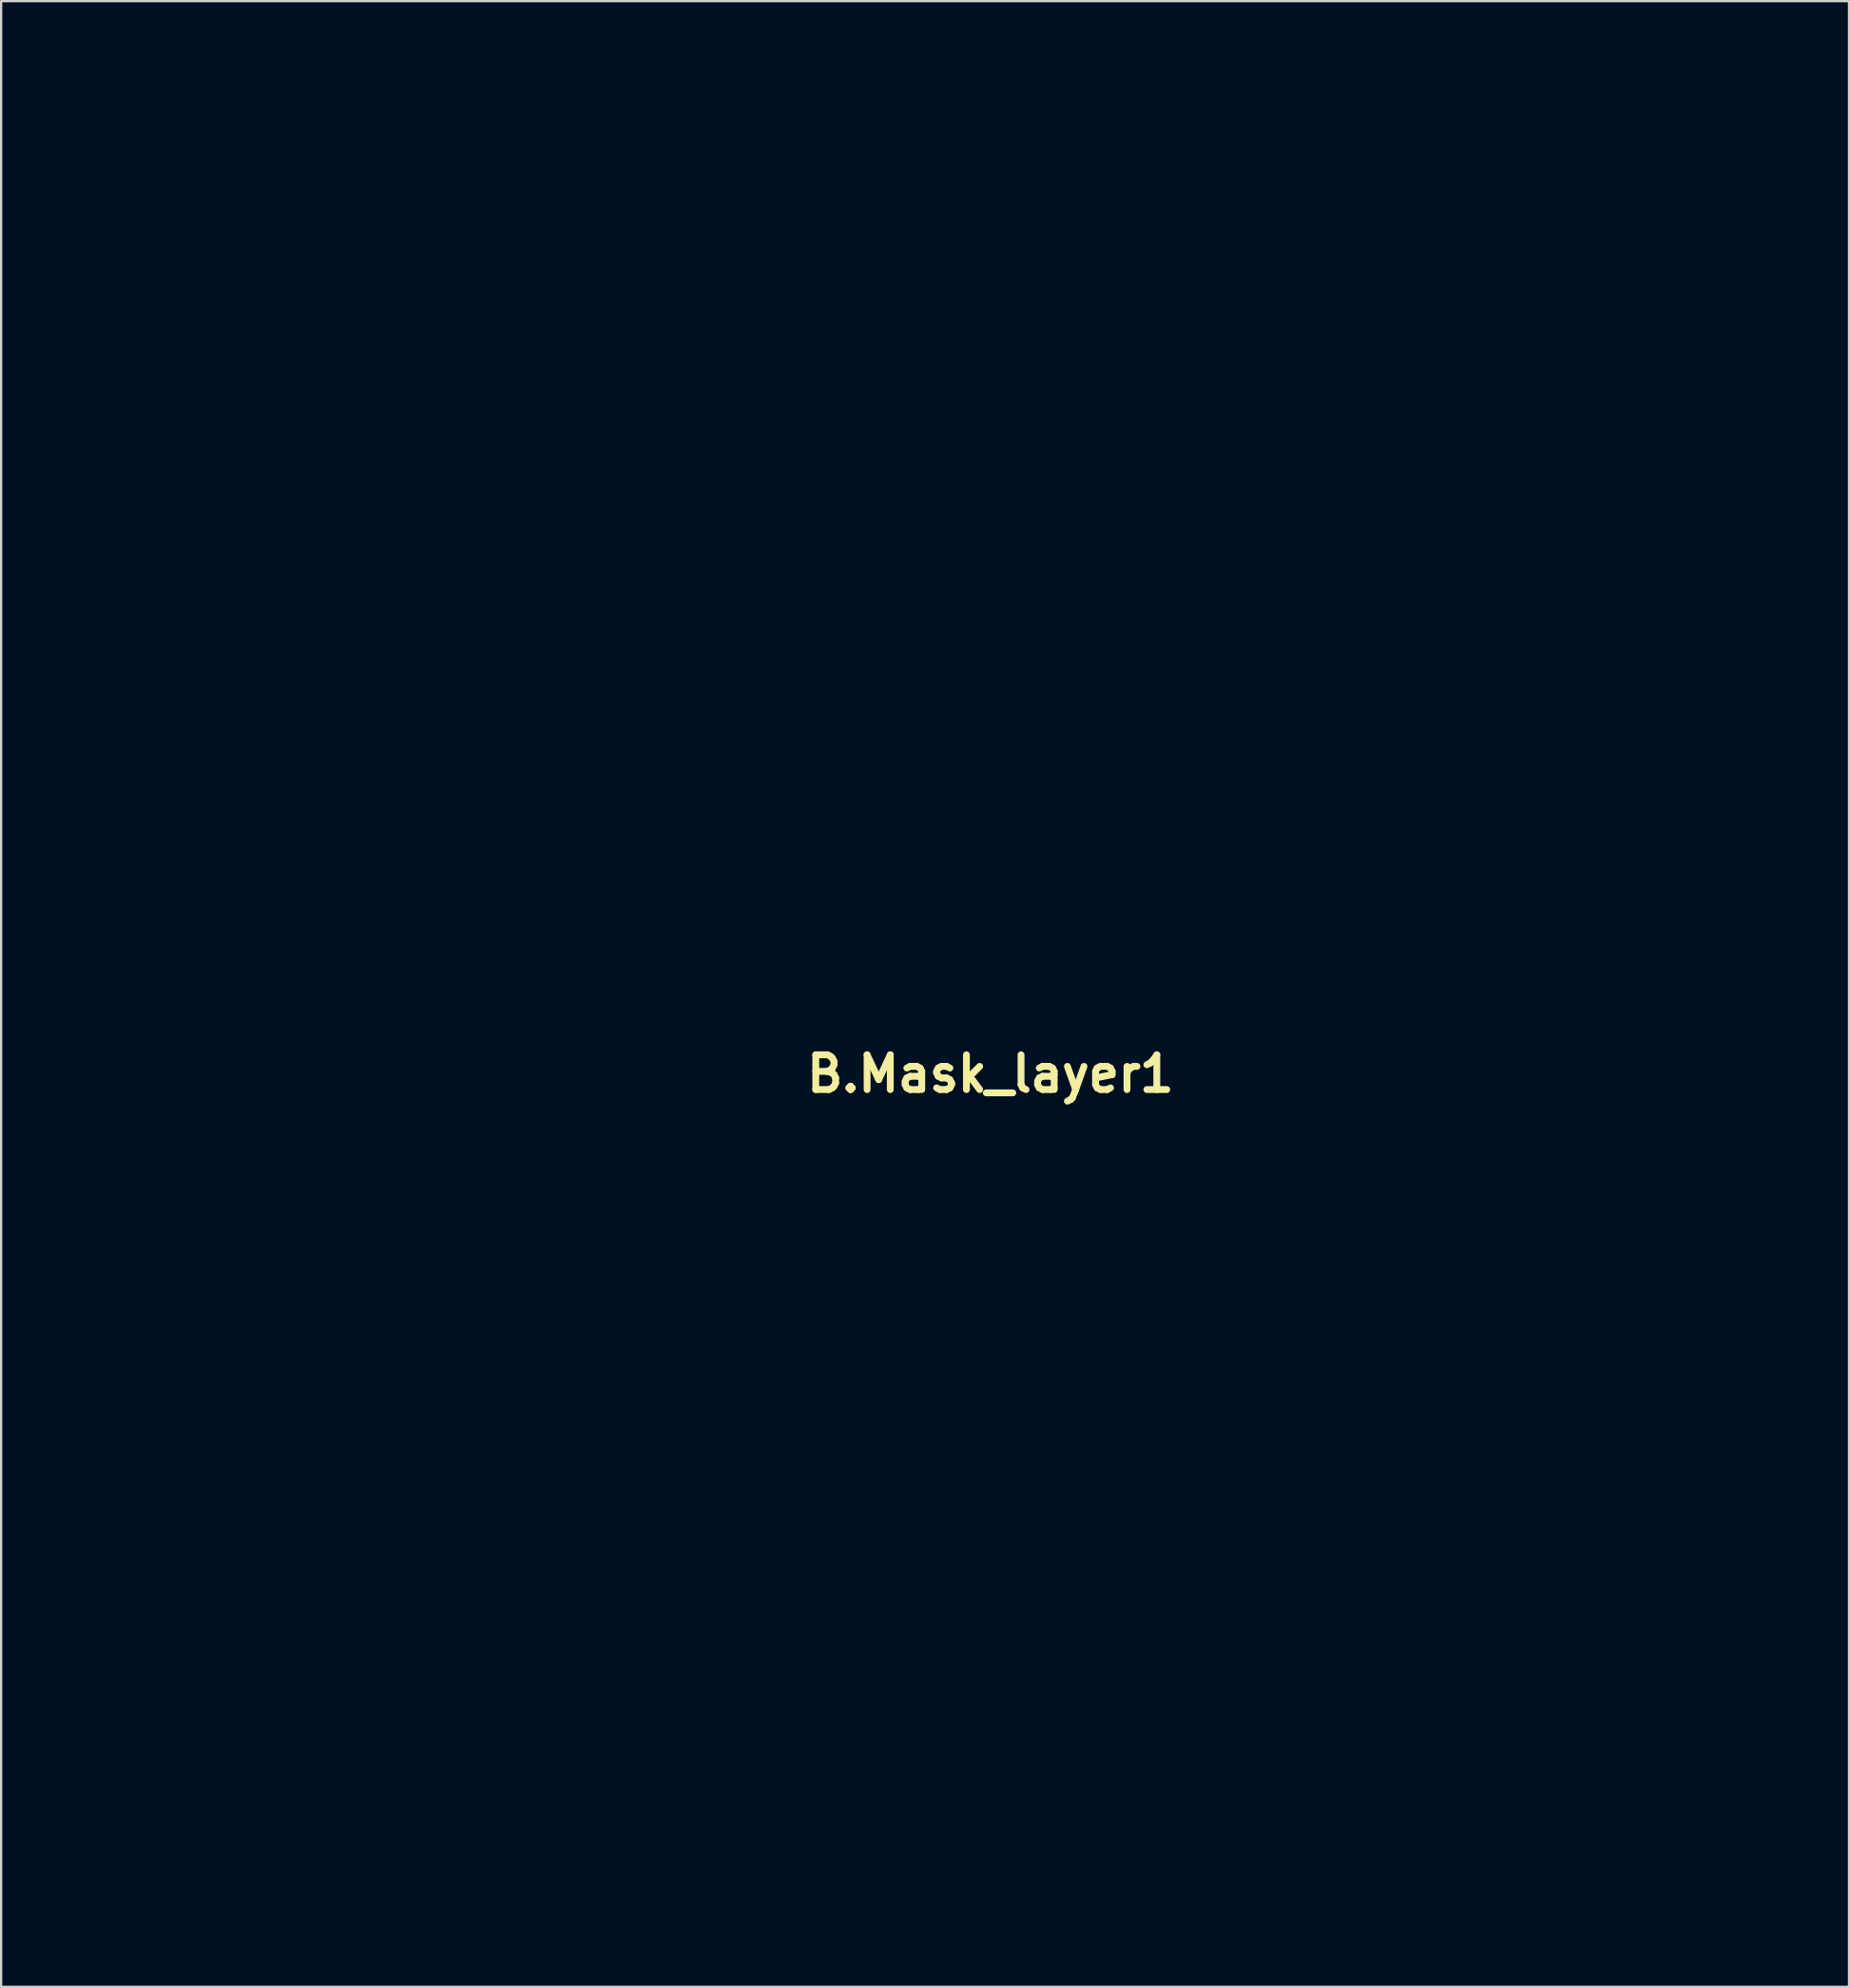
<source format=kicad_pcb>
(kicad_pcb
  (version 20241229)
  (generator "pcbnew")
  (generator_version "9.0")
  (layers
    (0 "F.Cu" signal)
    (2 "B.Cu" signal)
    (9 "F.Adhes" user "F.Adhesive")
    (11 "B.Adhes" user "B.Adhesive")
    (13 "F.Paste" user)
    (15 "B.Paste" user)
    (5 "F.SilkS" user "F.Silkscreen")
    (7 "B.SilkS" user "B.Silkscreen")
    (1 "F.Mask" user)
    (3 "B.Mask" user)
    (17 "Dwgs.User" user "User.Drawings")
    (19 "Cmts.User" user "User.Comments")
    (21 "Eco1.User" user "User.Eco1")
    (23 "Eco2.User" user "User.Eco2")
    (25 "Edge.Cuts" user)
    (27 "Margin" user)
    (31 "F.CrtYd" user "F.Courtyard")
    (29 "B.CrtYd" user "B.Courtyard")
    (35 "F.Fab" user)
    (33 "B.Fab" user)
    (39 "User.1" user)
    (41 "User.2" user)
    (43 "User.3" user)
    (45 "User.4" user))
  (footprint "B.Mask_layer1"
    (layer "F.Cu")
    (at 40.37 44.022)
    (property "Reference" "B.Mask_layer1" (at 0 0 0) (layer "F.SilkS") (effects (font (size 1.524 1.524) (thickness 0.3))))
    (attr through_hole)
    (fp_poly (pts (xy -14.542 -44.01) (xy -13.761 -43.983) (xy -13.008 -43.938) (xy -12.658 -43.909) (xy -11.785 -43.815) (xy -10.943 -43.693) (xy -10.131 -43.541) (xy -9.349 -43.361) (xy -8.597 -43.151) (xy -7.876 -42.913) (xy -7.186 -42.647) (xy -6.526 -42.351) (xy -5.897 -42.027) (xy -5.298 -41.674) (xy -4.731 -41.293) (xy -4.195 -40.884) (xy -3.69 -40.446) (xy -3.216 -39.979) (xy -2.773 -39.484) (xy -2.487 -39.127) (xy -2.153 -38.665) (xy -1.841 -38.178) (xy -1.549 -37.663) (xy -1.275 -37.115) (xy -1.018 -36.533) (xy -0.917 -36.284) (xy -0.813 -36.014) (xy -0.7 -35.706) (xy -0.58 -35.365) (xy -0.452 -34.995) (xy -0.32 -34.598) (xy -0.184 -34.18) (xy -0.045 -33.744) (xy 0.096 -33.293) (xy 0.237 -32.832) (xy 0.378 -32.365) (xy 0.516 -31.894) (xy 0.651 -31.425) (xy 0.782 -30.961) (xy 0.855 -30.694) (xy 0.897 -30.545) (xy 0.935 -30.408) (xy 0.968 -30.291) (xy 0.995 -30.198) (xy 1.015 -30.134) (xy 1.025 -30.105) (xy 1.025 -30.104) (xy 1.034 -30.103) (xy 1.058 -30.103) (xy 1.098 -30.103) (xy 1.156 -30.104) (xy 1.232 -30.105) (xy 1.329 -30.108) (xy 1.445 -30.11) (xy 1.584 -30.114) (xy 1.745 -30.118) (xy 1.93 -30.123) (xy 2.14 -30.129) (xy 2.376 -30.136) (xy 2.639 -30.144) (xy 2.929 -30.152) (xy 3.249 -30.162) (xy 3.599 -30.172) (xy 3.98 -30.184) (xy 4.393 -30.196) (xy 4.839 -30.21) (xy 5.319 -30.224) (xy 5.835 -30.24) (xy 6.387 -30.257) (xy 6.977 -30.275) (xy 7.604 -30.294) (xy 8.272 -30.315) (xy 8.98 -30.337) (xy 9.525 -30.354) (xy 9.784 -30.362) (xy 10.05 -30.37) (xy 10.318 -30.378) (xy 10.58 -30.386) (xy 10.83 -30.394) (xy 11.062 -30.401) (xy 11.268 -30.408) (xy 11.443 -30.413) (xy 11.536 -30.416) (xy 11.673 -30.42) (xy 11.817 -30.425) (xy 11.971 -30.43) (xy 12.136 -30.435) (xy 12.316 -30.44) (xy 12.511 -30.447) (xy 12.726 -30.453) (xy 12.961 -30.46) (xy 13.219 -30.468) (xy 13.503 -30.477) (xy 13.814 -30.487) (xy 14.156 -30.497) (xy 14.53 -30.509) (xy 14.939 -30.521) (xy 15.384 -30.535) (xy 15.869 -30.55) (xy 16.034 -30.555) (xy 16.344 -30.564) (xy 16.673 -30.574) (xy 17.014 -30.585) (xy 17.359 -30.595) (xy 17.701 -30.606) (xy 18.034 -30.616) (xy 18.35 -30.626) (xy 18.643 -30.635) (xy 18.905 -30.643) (xy 19.066 -30.648) (xy 20.342 -30.688) (xy 26.866 -27.815) (xy 27.374 -27.591) (xy 27.874 -27.371) (xy 28.367 -27.154) (xy 28.85 -26.941) (xy 29.321 -26.734) (xy 29.779 -26.532) (xy 30.222 -26.337) (xy 30.649 -26.148) (xy 31.059 -25.968) (xy 31.449 -25.796) (xy 31.818 -25.634) (xy 32.164 -25.481) (xy 32.486 -25.34) (xy 32.782 -25.209) (xy 33.051 -25.091) (xy 33.291 -24.985) (xy 33.5 -24.893) (xy 33.677 -24.815) (xy 33.821 -24.752) (xy 33.928 -24.705) (xy 33.999 -24.673) (xy 34.004 -24.671) (xy 34.155 -24.605) (xy 34.293 -24.543) (xy 34.415 -24.489) (xy 34.514 -24.444) (xy 34.586 -24.411) (xy 34.627 -24.391) (xy 34.634 -24.386) (xy 34.632 -24.364) (xy 34.621 -24.303) (xy 34.602 -24.205) (xy 34.576 -24.073) (xy 34.543 -23.908) (xy 34.504 -23.714) (xy 34.458 -23.492) (xy 34.407 -23.245) (xy 34.352 -22.975) (xy 34.291 -22.685) (xy 34.227 -22.376) (xy 34.159 -22.052) (xy 34.088 -21.714) (xy 34.016 -21.377) (xy 33.986 -21.232) (xy 33.946 -21.047) (xy 33.899 -20.821) (xy 33.843 -20.558) (xy 33.779 -20.256) (xy 33.708 -19.918) (xy 33.629 -19.544) (xy 33.542 -19.135) (xy 33.448 -18.693) (xy 33.348 -18.217) (xy 33.24 -17.709) (xy 33.126 -17.17) (xy 33.006 -16.601) (xy 32.879 -16.002) (xy 32.747 -15.376) (xy 32.609 -14.722) (xy 32.465 -14.041) (xy 32.315 -13.335) (xy 32.161 -12.604) (xy 32.001 -11.85) (xy 31.837 -11.073) (xy 31.668 -10.274) (xy 31.495 -9.454) (xy 31.317 -8.615) (xy 31.135 -7.756) (xy 30.95 -6.88) (xy 30.761 -5.986) (xy 30.569 -5.076) (xy 30.373 -4.151) (xy 30.174 -3.212) (xy 29.973 -2.259) (xy 29.769 -1.294) (xy 29.562 -0.317) (xy 29.353 0.67) (xy 29.143 1.667) (xy 28.93 2.672) (xy 28.716 3.685) (xy 28.5 4.705) (xy 28.283 5.731) (xy 28.138 6.416) (xy 22.894 31.215) (xy 18.12 32.914) (xy 17.635 33.087) (xy 17.133 33.266) (xy 16.617 33.449) (xy 16.091 33.636) (xy 15.56 33.826) (xy 15.025 34.016) (xy 14.492 34.206) (xy 13.963 34.394) (xy 13.442 34.579) (xy 12.934 34.76) (xy 12.441 34.935) (xy 11.968 35.104) (xy 11.518 35.264) (xy 11.095 35.415) (xy 10.702 35.555) (xy 10.343 35.682) (xy 10.149 35.751) (xy 9.792 35.878) (xy 9.444 36.002) (xy 9.107 36.122) (xy 8.784 36.237) (xy 8.476 36.346) (xy 8.187 36.449) (xy 7.917 36.545) (xy 7.671 36.633) (xy 7.449 36.712) (xy 7.254 36.781) (xy 7.089 36.84) (xy 6.955 36.888) (xy 6.855 36.923) (xy 6.792 36.946) (xy 6.772 36.953) (xy 6.59 37.017) (xy 6.38 36.905) (xy 6.333 36.88) (xy 6.251 36.837) (xy 6.137 36.777) (xy 5.993 36.702) (xy 5.823 36.613) (xy 5.63 36.512) (xy 5.415 36.4) (xy 5.182 36.278) (xy 4.933 36.149) (xy 4.672 36.013) (xy 4.4 35.871) (xy 4.128 35.729) (xy 3.994 35.66) (xy 3.824 35.571) (xy 3.618 35.464) (xy 3.379 35.34) (xy 3.107 35.198) (xy 2.804 35.04) (xy 2.47 34.866) (xy 2.107 34.678) (xy 1.716 34.474) (xy 1.299 34.257) (xy 0.856 34.026) (xy 0.389 33.783) (xy -0.101 33.528) (xy -0.613 33.262) (xy -1.146 32.984) (xy -1.698 32.697) (xy -2.268 32.4) (xy -2.856 32.094) (xy -3.459 31.78) (xy -4.076 31.459) (xy -4.707 31.13) (xy -5.351 30.795) (xy -6.005 30.455) (xy -6.669 30.109) (xy -7.342 29.759) (xy -8.022 29.405) (xy -8.708 29.048) (xy -9.399 28.688) (xy -10.093 28.327) (xy -10.266 28.237) (xy -10.947 27.882) (xy -11.619 27.533) (xy -12.281 27.188) (xy -12.933 26.849) (xy -13.572 26.516) (xy -14.199 26.19) (xy -14.812 25.872) (xy -15.411 25.561) (xy -15.993 25.258) (xy -16.559 24.964) (xy -17.107 24.68) (xy -17.636 24.405) (xy -18.146 24.14) (xy -18.634 23.887) (xy -19.101 23.645) (xy -19.545 23.414) (xy -19.965 23.197) (xy -20.361 22.992) (xy -20.731 22.8) (xy -21.073 22.623) (xy -21.389 22.46) (xy -21.675 22.312) (xy -21.931 22.18) (xy -22.157 22.063) (xy -22.351 21.964) (xy -22.512 21.881) (xy -22.639 21.816) (xy -22.732 21.769) (xy -22.789 21.741) (xy -22.807 21.732) (xy -23.044 21.644) (xy -23.256 21.577) (xy -23.458 21.528) (xy -23.659 21.497) (xy -23.872 21.479) (xy -24.108 21.474) (xy -24.119 21.474) (xy -24.268 21.474) (xy -24.383 21.477) (xy -24.473 21.481) (xy -24.547 21.489) (xy -24.613 21.501) (xy -24.682 21.517) (xy -24.701 21.522) (xy -24.915 21.594) (xy -25.135 21.695) (xy -25.346 21.819) (xy -25.442 21.885) (xy -25.815 22.146) (xy -26.172 22.371) (xy -26.516 22.564) (xy -26.852 22.725) (xy -27.184 22.856) (xy -27.514 22.96) (xy -27.845 23.038) (xy -28.168 23.092) (xy -28.484 23.125) (xy -28.796 23.136) (xy -29.109 23.125) (xy -29.426 23.09) (xy -29.751 23.031) (xy -30.086 22.947) (xy -30.437 22.838) (xy -30.805 22.702) (xy -31.195 22.54) (xy -31.611 22.35) (xy -31.866 22.226) (xy -32.435 21.929) (xy -32.97 21.618) (xy -33.471 21.293) (xy -33.936 20.955) (xy -34.366 20.605) (xy -34.758 20.244) (xy -35.113 19.871) (xy -35.429 19.489) (xy -35.705 19.098) (xy -35.941 18.698) (xy -36.015 18.553) (xy -36.071 18.437) (xy -36.12 18.329) (xy -36.166 18.221) (xy -36.21 18.107) (xy -36.255 17.978) (xy -36.305 17.828) (xy -36.362 17.649) (xy -36.407 17.505) (xy -36.589 16.975) (xy -36.801 16.464) (xy -37.041 15.974) (xy -37.307 15.511) (xy -37.598 15.078) (xy -37.766 14.855) (xy -37.818 14.79) (xy -37.868 14.729) (xy -37.918 14.669) (xy -37.971 14.61) (xy -38.027 14.549) (xy -38.089 14.484) (xy -38.16 14.414) (xy -38.24 14.337) (xy -38.333 14.25) (xy -38.439 14.153) (xy -38.562 14.044) (xy -38.702 13.919) (xy -38.863 13.779) (xy -39.045 13.62) (xy -39.251 13.442) (xy -39.483 13.242) (xy -39.743 13.018) (xy -40.033 12.768) (xy -40.085 12.724) (xy -40.176 12.644) (xy -40.254 12.574) (xy -40.316 12.518) (xy -40.354 12.48) (xy -40.365 12.466) (xy -40.364 12.444) (xy -40.363 12.388) (xy -40.15 12.388) (xy -40.15 12.391) (xy -40.099 12.433) (xy -40.02 12.499) (xy -39.919 12.585) (xy -39.798 12.69) (xy -39.661 12.809) (xy -39.511 12.939) (xy -39.351 13.078) (xy -39.185 13.223) (xy -39.017 13.37) (xy -38.85 13.517) (xy -38.687 13.66) (xy -38.532 13.797) (xy -38.389 13.925) (xy -38.26 14.039) (xy -38.149 14.138) (xy -38.06 14.219) (xy -37.996 14.278) (xy -37.961 14.312) (xy -37.96 14.312) (xy -37.64 14.676) (xy -37.341 15.075) (xy -37.061 15.51) (xy -36.804 15.98) (xy -36.568 16.483) (xy -36.355 17.019) (xy -36.164 17.586) (xy -36.163 17.59) (xy -36.12 17.727) (xy -36.075 17.864) (xy -36.032 17.991) (xy -35.994 18.097) (xy -35.969 18.161) (xy -35.784 18.556) (xy -35.557 18.946) (xy -35.29 19.328) (xy -34.982 19.703) (xy -34.634 20.07) (xy -34.246 20.429) (xy -33.82 20.779) (xy -33.354 21.12) (xy -33.168 21.246) (xy -32.928 21.402) (xy -32.688 21.549) (xy -32.439 21.692) (xy -32.171 21.837) (xy -31.876 21.988) (xy -31.761 22.046) (xy -31.379 22.23) (xy -31.026 22.39) (xy -30.699 22.526) (xy -30.392 22.64) (xy -30.102 22.732) (xy -29.824 22.805) (xy -29.555 22.86) (xy -29.29 22.897) (xy -29.025 22.917) (xy -28.776 22.924) (xy -28.361 22.905) (xy -27.952 22.848) (xy -27.547 22.754) (xy -27.145 22.62) (xy -26.743 22.447) (xy -26.341 22.233) (xy -25.935 21.978) (xy -25.683 21.801) (xy -25.484 21.661) (xy -25.305 21.55) (xy -25.139 21.463) (xy -24.979 21.396) (xy -24.957 21.388) (xy -24.827 21.345) (xy -24.711 21.313) (xy -24.6 21.29) (xy -24.481 21.276) (xy -24.345 21.268) (xy -24.182 21.265) (xy -24.109 21.264) (xy -23.958 21.265) (xy -23.839 21.268) (xy -23.74 21.274) (xy -23.652 21.284) (xy -23.562 21.299) (xy -23.463 21.318) (xy -23.38 21.337) (xy -23.297 21.359) (xy -23.213 21.384) (xy -23.123 21.414) (xy -23.025 21.45) (xy -22.915 21.495) (xy -22.791 21.549) (xy -22.649 21.613) (xy -22.486 21.689) (xy -22.3 21.779) (xy -22.087 21.883) (xy -21.843 22.004) (xy -21.567 22.141) (xy -21.434 22.208) (xy -21.377 22.236) (xy -21.325 22.262) (xy -21.276 22.286) (xy -21.231 22.309) (xy -21.189 22.33) (xy -21.148 22.35) (xy -21.107 22.371) (xy -21.066 22.391) (xy -21.024 22.412) (xy -20.979 22.435) (xy -20.932 22.459) (xy -20.88 22.485) (xy -20.824 22.513) (xy -20.762 22.545) (xy -20.693 22.58) (xy -20.617 22.619) (xy -20.533 22.663) (xy -20.439 22.711) (xy -20.335 22.765) (xy -20.22 22.825) (xy -20.092 22.89) (xy -19.952 22.963) (xy -19.799 23.043) (xy -19.63 23.13) (xy -19.446 23.226) (xy -19.245 23.33) (xy -19.027 23.443) (xy -18.791 23.566) (xy -18.536 23.699) (xy -18.26 23.842) (xy -17.964 23.996) (xy -17.646 24.162) (xy -17.305 24.339) (xy -16.94 24.529) (xy -16.551 24.731) (xy -16.137 24.947) (xy -15.696 25.176) (xy -15.228 25.42) (xy -14.732 25.678) (xy -14.207 25.951) (xy -13.652 26.24) (xy -13.066 26.545) (xy -12.449 26.866) (xy -11.799 27.205) (xy -11.115 27.56) (xy -10.397 27.934) (xy -9.644 28.326) (xy -8.855 28.737) (xy -8.393 28.977) (xy -7.615 29.382) (xy -6.849 29.781) (xy -6.095 30.173) (xy -5.355 30.558) (xy -4.629 30.936) (xy -3.918 31.306) (xy -3.222 31.668) (xy -2.544 32.021) (xy -1.882 32.365) (xy -1.239 32.7) (xy -0.616 33.025) (xy -0.012 33.339) (xy 0.572 33.643) (xy 1.133 33.935) (xy 1.672 34.216) (xy 2.188 34.484) (xy 2.68 34.74) (xy 3.147 34.983) (xy 3.589 35.213) (xy 4.003 35.429) (xy 4.391 35.63) (xy 4.75 35.817) (xy 5.081 35.989) (xy 5.381 36.146) (xy 5.651 36.286) (xy 5.889 36.41) (xy 6.095 36.517) (xy 6.268 36.607) (xy 6.407 36.679) (xy 6.511 36.734) (xy 6.58 36.769) (xy 6.612 36.786) (xy 6.615 36.787) (xy 6.634 36.78) (xy 6.692 36.76) (xy 6.784 36.727) (xy 6.911 36.682) (xy 7.069 36.626) (xy 7.256 36.559) (xy 7.47 36.483) (xy 7.709 36.398) (xy 7.971 36.305) (xy 8.253 36.204) (xy 8.554 36.097) (xy 8.872 35.984) (xy 9.203 35.866) (xy 9.547 35.744) (xy 9.737 35.677) (xy 10.06 35.562) (xy 10.42 35.433) (xy 10.813 35.294) (xy 11.236 35.143) (xy 11.684 34.984) (xy 12.155 34.816) (xy 12.645 34.642) (xy 13.15 34.462) (xy 13.668 34.278) (xy 14.193 34.091) (xy 14.724 33.903) (xy 15.257 33.713) (xy 15.787 33.525) (xy 16.312 33.338) (xy 16.829 33.154) (xy 17.332 32.975) (xy 17.785 32.814) (xy 18.374 32.605) (xy 18.926 32.408) (xy 19.443 32.224) (xy 19.922 32.052) (xy 20.364 31.894) (xy 20.77 31.749) (xy 21.137 31.616) (xy 21.468 31.497) (xy 21.76 31.392) (xy 22.014 31.299) (xy 22.229 31.22) (xy 22.406 31.155) (xy 22.544 31.103) (xy 22.643 31.065) (xy 22.702 31.041) (xy 22.721 31.03) (xy 22.726 31.008) (xy 22.74 30.944) (xy 22.762 30.842) (xy 22.792 30.7) (xy 22.83 30.521) (xy 22.876 30.305) (xy 22.929 30.053) (xy 22.99 29.766) (xy 23.058 29.446) (xy 23.133 29.092) (xy 23.215 28.706) (xy 23.303 28.289) (xy 23.398 27.841) (xy 23.499 27.365) (xy 23.605 26.859) (xy 23.718 26.327) (xy 23.837 25.767) (xy 23.96 25.183) (xy 24.089 24.573) (xy 24.223 23.939) (xy 24.362 23.283) (xy 24.506 22.605) (xy 24.654 21.906) (xy 24.806 21.186) (xy 24.962 20.448) (xy 25.122 19.691) (xy 25.286 18.917) (xy 25.453 18.126) (xy 25.623 17.321) (xy 25.797 16.5) (xy 25.973 15.666) (xy 26.152 14.82) (xy 26.334 13.961) (xy 26.517 13.092) (xy 26.703 12.213) (xy 26.891 11.325) (xy 27.08 10.429) (xy 27.271 9.526) (xy 27.464 8.617) (xy 27.657 7.702) (xy 27.851 6.783) (xy 28.046 5.861) (xy 28.242 4.936) (xy 28.437 4.01) (xy 28.633 3.083) (xy 28.829 2.157) (xy 29.025 1.232) (xy 29.22 0.309) (xy 29.414 -0.611) (xy 29.608 -1.527) (xy 29.8 -2.438) (xy 29.992 -3.343) (xy 30.182 -4.241) (xy 30.37 -5.132) (xy 30.556 -6.014) (xy 30.74 -6.886) (xy 30.923 -7.748) (xy 31.102 -8.598) (xy 31.279 -9.436) (xy 31.454 -10.26) (xy 31.625 -11.071) (xy 31.793 -11.866) (xy 31.957 -12.645) (xy 32.118 -13.407) (xy 32.276 -14.151) (xy 32.429 -14.876) (xy 32.578 -15.581) (xy 32.722 -16.266) (xy 32.862 -16.929) (xy 32.998 -17.569) (xy 33.128 -18.186) (xy 33.253 -18.778) (xy 33.373 -19.345) (xy 33.487 -19.886) (xy 33.595 -20.4) (xy 33.698 -20.885) (xy 33.794 -21.341) (xy 33.884 -21.768) (xy 33.968 -22.163) (xy 34.044 -22.526) (xy 34.114 -22.857) (xy 34.177 -23.154) (xy 34.232 -23.416) (xy 34.28 -23.643) (xy 34.32 -23.833) (xy 34.352 -23.986) (xy 34.376 -24.1) (xy 34.392 -24.176) (xy 34.399 -24.211) (xy 34.399 -24.213) (xy 34.399 -24.231) (xy 34.391 -24.249) (xy 34.368 -24.269) (xy 34.328 -24.293) (xy 34.264 -24.325) (xy 34.172 -24.367) (xy 34.047 -24.423) (xy 34.015 -24.437) (xy 33.966 -24.459) (xy 33.879 -24.497) (xy 33.757 -24.551) (xy 33.6 -24.62) (xy 33.411 -24.703) (xy 33.191 -24.8) (xy 32.941 -24.911) (xy 32.663 -25.033) (xy 32.358 -25.168) (xy 32.028 -25.313) (xy 31.674 -25.469) (xy 31.298 -25.634) (xy 30.902 -25.809) (xy 30.486 -25.992) (xy 30.053 -26.183) (xy 29.604 -26.381) (xy 29.14 -26.585) (xy 28.663 -26.796) (xy 28.175 -27.011) (xy 27.676 -27.23) (xy 27.169 -27.454) (xy 26.96 -27.546) (xy 20.296 -30.482) (xy 18.197 -30.417) (xy 17.864 -30.407) (xy 17.516 -30.396) (xy 17.159 -30.385) (xy 16.799 -30.374) (xy 16.442 -30.363) (xy 16.093 -30.352) (xy 15.758 -30.342) (xy 15.445 -30.332) (xy 15.157 -30.323) (xy 14.902 -30.315) (xy 14.743 -30.311) (xy 14.453 -30.302) (xy 14.132 -30.292) (xy 13.788 -30.281) (xy 13.432 -30.27) (xy 13.074 -30.259) (xy 12.725 -30.248) (xy 12.394 -30.238) (xy 12.091 -30.229) (xy 12.012 -30.226) (xy 11.822 -30.221) (xy 11.593 -30.213) (xy 11.33 -30.205) (xy 11.037 -30.196) (xy 10.717 -30.187) (xy 10.374 -30.176) (xy 10.013 -30.165) (xy 9.636 -30.153) (xy 9.249 -30.142) (xy 8.855 -30.13) (xy 8.458 -30.117) (xy 8.062 -30.105) (xy 7.671 -30.093) (xy 7.525 -30.089) (xy 7.145 -30.077) (xy 6.765 -30.066) (xy 6.387 -30.054) (xy 6.016 -30.043) (xy 5.653 -30.031) (xy 5.304 -30.021) (xy 4.971 -30.01) (xy 4.657 -30.001) (xy 4.367 -29.992) (xy 4.103 -29.984) (xy 3.87 -29.976) (xy 3.67 -29.97) (xy 3.506 -29.965) (xy 3.429 -29.963) (xy 3.114 -29.954) (xy 2.834 -29.947) (xy 2.582 -29.944) (xy 2.351 -29.943) (xy 2.134 -29.944) (xy 1.925 -29.948) (xy 1.831 -29.951) (xy 1.662 -29.956) (xy 1.498 -29.961) (xy 1.344 -29.965) (xy 1.21 -29.968) (xy 1.102 -29.97) (xy 1.029 -29.971) (xy 1.027 -29.971) (xy 0.836 -29.972) (xy 0.671 -30.583) (xy 0.551 -31.02) (xy 0.425 -31.466) (xy 0.296 -31.916) (xy 0.162 -32.368) (xy 0.027 -32.818) (xy -0.11 -33.262) (xy -0.247 -33.699) (xy -0.383 -34.123) (xy -0.517 -34.531) (xy -0.648 -34.921) (xy -0.774 -35.289) (xy -0.895 -35.631) (xy -1.01 -35.944) (xy -1.117 -36.225) (xy -1.215 -36.47) (xy -1.264 -36.585) (xy -1.471 -37.043) (xy -1.686 -37.471) (xy -1.915 -37.883) (xy -2.165 -38.29) (xy -2.276 -38.46) (xy -2.656 -38.993) (xy -3.067 -39.5) (xy -3.511 -39.978) (xy -3.987 -40.429) (xy -4.494 -40.852) (xy -5.033 -41.247) (xy -5.604 -41.614) (xy -6.206 -41.954) (xy -6.84 -42.265) (xy -7.505 -42.549) (xy -8.201 -42.804) (xy -8.928 -43.031) (xy -9.514 -43.188) (xy -10.221 -43.348) (xy -10.961 -43.484) (xy -11.731 -43.598) (xy -12.529 -43.688) (xy -13.351 -43.754) (xy -14.196 -43.796) (xy -15.06 -43.814) (xy -15.941 -43.808) (xy -16.837 -43.778) (xy -17.744 -43.723) (xy -18.309 -43.677) (xy -19.18 -43.582) (xy -20.022 -43.456) (xy -20.838 -43.299) (xy -21.625 -43.11) (xy -22.384 -42.892) (xy -23.116 -42.642) (xy -23.819 -42.361) (xy -24.493 -42.05) (xy -25.139 -41.708) (xy -25.756 -41.336) (xy -26.344 -40.934) (xy -26.902 -40.501) (xy -27.432 -40.038) (xy -27.932 -39.544) (xy -28.402 -39.021) (xy -28.785 -38.544) (xy -29.19 -37.978) (xy -29.566 -37.382) (xy -29.911 -36.759) (xy -30.223 -36.112) (xy -30.503 -35.442) (xy -30.75 -34.751) (xy -30.961 -34.041) (xy -31.01 -33.856) (xy -31.167 -33.177) (xy -31.29 -32.514) (xy -31.377 -31.863) (xy -31.43 -31.218) (xy -31.448 -30.764) (xy -31.459 -30.19) (xy -32.181 -30.177) (xy -32.293 -30.175) (xy -32.444 -30.173) (xy -32.63 -30.17) (xy -32.849 -30.167) (xy -33.097 -30.163) (xy -33.37 -30.16) (xy -33.665 -30.156) (xy -33.98 -30.152) (xy -34.309 -30.148) (xy -34.651 -30.143) (xy -35.002 -30.139) (xy -35.359 -30.135) (xy -35.717 -30.131) (xy -35.74 -30.13) (xy -36.086 -30.126) (xy -36.423 -30.122) (xy -36.748 -30.118) (xy -37.058 -30.114) (xy -37.35 -30.11) (xy -37.622 -30.106) (xy -37.872 -30.102) (xy -38.096 -30.099) (xy -38.291 -30.096) (xy -38.457 -30.093) (xy -38.588 -30.09) (xy -38.684 -30.088) (xy -38.74 -30.086) (xy -38.751 -30.086) (xy -38.925 -30.074) (xy -38.925 -29.918) (xy -38.926 -29.888) (xy -38.928 -29.817) (xy -38.931 -29.703) (xy -38.935 -29.549) (xy -38.941 -29.354) (xy -38.947 -29.118) (xy -38.955 -28.842) (xy -38.964 -28.526) (xy -38.975 -28.17) (xy -38.986 -27.776) (xy -38.998 -27.342) (xy -39.012 -26.87) (xy -39.027 -26.36) (xy -39.043 -25.813) (xy -39.06 -25.227) (xy -39.078 -24.605) (xy -39.097 -23.946) (xy -39.117 -23.251) (xy -39.138 -22.519) (xy -39.16 -21.752) (xy -39.184 -20.95) (xy -39.208 -20.113) (xy -39.234 -19.241) (xy -39.26 -18.335) (xy -39.287 -17.395) (xy -39.316 -16.421) (xy -39.345 -15.414) (xy -39.375 -14.374) (xy -39.407 -13.302) (xy -39.439 -12.198) (xy -39.472 -11.062) (xy -39.506 -9.894) (xy -39.541 -8.695) (xy -39.577 -7.466) (xy -39.614 -6.206) (xy -39.651 -4.916) (xy -39.69 -3.596) (xy -39.729 -2.247) (xy -39.77 -0.869) (xy -39.811 0.538) (xy -39.853 1.973) (xy -39.896 3.436) (xy -39.939 4.926) (xy -39.984 6.444) (xy -40.029 7.989) (xy -40.049 8.685) (xy -40.061 9.077) (xy -40.072 9.458) (xy -40.082 9.826) (xy -40.092 10.177) (xy -40.102 10.511) (xy -40.11 10.824) (xy -40.118 11.115) (xy -40.126 11.382) (xy -40.132 11.623) (xy -40.138 11.834) (xy -40.142 12.015) (xy -40.146 12.163) (xy -40.149 12.276) (xy -40.15 12.352) (xy -40.15 12.388) (xy -40.363 12.388) (xy -40.362 12.381) (xy -40.359 12.278) (xy -40.355 12.138) (xy -40.35 11.961) (xy -40.344 11.749) (xy -40.337 11.504) (xy -40.329 11.227) (xy -40.32 10.919) (xy -40.31 10.582) (xy -40.299 10.217) (xy -40.288 9.826) (xy -40.276 9.41) (xy -40.263 8.971) (xy -40.25 8.511) (xy -40.235 8.03) (xy -40.221 7.53) (xy -40.206 7.012) (xy -40.19 6.479) (xy -40.174 5.931) (xy -40.158 5.37) (xy -40.141 4.798) (xy -40.132 4.494) (xy -40.117 3.992) (xy -40.101 3.449) (xy -40.084 2.869) (xy -40.066 2.253) (xy -40.047 1.603) (xy -40.028 0.922) (xy -40.007 0.213) (xy -39.985 -0.524) (xy -39.963 -1.285) (xy -39.94 -2.069) (xy -39.917 -2.872) (xy -39.892 -3.694) (xy -39.868 -4.531) (xy -39.843 -5.382) (xy -39.818 -6.244) (xy -39.792 -7.115) (xy -39.767 -7.993) (xy -39.741 -8.876) (xy -39.715 -9.761) (xy -39.689 -10.646) (xy -39.663 -11.529) (xy -39.638 -12.409) (xy -39.612 -13.281) (xy -39.587 -14.145) (xy -39.562 -14.998) (xy -39.537 -15.838) (xy -39.513 -16.663) (xy -39.507 -16.869) (xy -39.485 -17.62) (xy -39.463 -18.361) (xy -39.442 -19.09) (xy -39.421 -19.807) (xy -39.4 -20.51) (xy -39.38 -21.197) (xy -39.361 -21.869) (xy -39.341 -22.523) (xy -39.323 -23.159) (xy -39.304 -23.776) (xy -39.287 -24.371) (xy -39.27 -24.945) (xy -39.254 -25.496) (xy -39.238 -26.023) (xy -39.223 -26.525) (xy -39.209 -27.001) (xy -39.196 -27.449) (xy -39.183 -27.869) (xy -39.172 -28.259) (xy -39.161 -28.618) (xy -39.151 -28.945) (xy -39.142 -29.24) (xy -39.134 -29.5) (xy -39.127 -29.725) (xy -39.122 -29.913) (xy -39.117 -30.064) (xy -39.113 -30.176) (xy -39.111 -30.249) (xy -39.11 -30.28) (xy -39.11 -30.282) (xy -39.088 -30.282) (xy -39.027 -30.284) (xy -38.927 -30.286) (xy -38.792 -30.288) (xy -38.623 -30.29) (xy -38.423 -30.293) (xy -38.194 -30.297) (xy -37.938 -30.3) (xy -37.657 -30.304) (xy -37.353 -30.308) (xy -37.029 -30.312) (xy -36.687 -30.317) (xy -36.329 -30.322) (xy -35.957 -30.326) (xy -35.573 -30.331) (xy -35.56 -30.331) (xy -35.173 -30.336) (xy -34.795 -30.341) (xy -34.43 -30.346) (xy -34.08 -30.351) (xy -33.746 -30.355) (xy -33.431 -30.36) (xy -33.138 -30.364) (xy -32.868 -30.368) (xy -32.625 -30.372) (xy -32.409 -30.375) (xy -32.225 -30.379) (xy -32.074 -30.381) (xy -31.958 -30.384) (xy -31.88 -30.386) (xy -31.843 -30.387) (xy -31.672 -30.399) (xy -31.658 -30.815) (xy -31.614 -31.549) (xy -31.532 -32.282) (xy -31.411 -33.012) (xy -31.254 -33.734) (xy -31.061 -34.447) (xy -30.833 -35.146) (xy -30.571 -35.829) (xy -30.276 -36.492) (xy -29.95 -37.132) (xy -29.592 -37.746) (xy -29.448 -37.973) (xy -29.042 -38.557) (xy -28.606 -39.111) (xy -28.139 -39.637) (xy -27.642 -40.134) (xy -27.115 -40.601) (xy -26.559 -41.039) (xy -25.973 -41.447) (xy -25.358 -41.825) (xy -24.715 -42.173) (xy -24.043 -42.491) (xy -23.344 -42.779) (xy -22.617 -43.036) (xy -21.863 -43.262) (xy -21.081 -43.458) (xy -20.273 -43.622) (xy -19.439 -43.755) (xy -18.579 -43.857) (xy -18.575 -43.857) (xy -17.776 -43.925) (xy -16.966 -43.975) (xy -16.152 -44.005) (xy -15.341 -44.017) (xy -14.542 -44.01)) (stroke (width 0.01) (type solid)) (fill yes) (layer "B.Mask")))
  (gr_rect
    (start -3 -3)
    (end 78.009 84.044)
    (stroke (width 0.1) (type default))
    (fill no)
    (layer "Edge.Cuts")))
</source>
